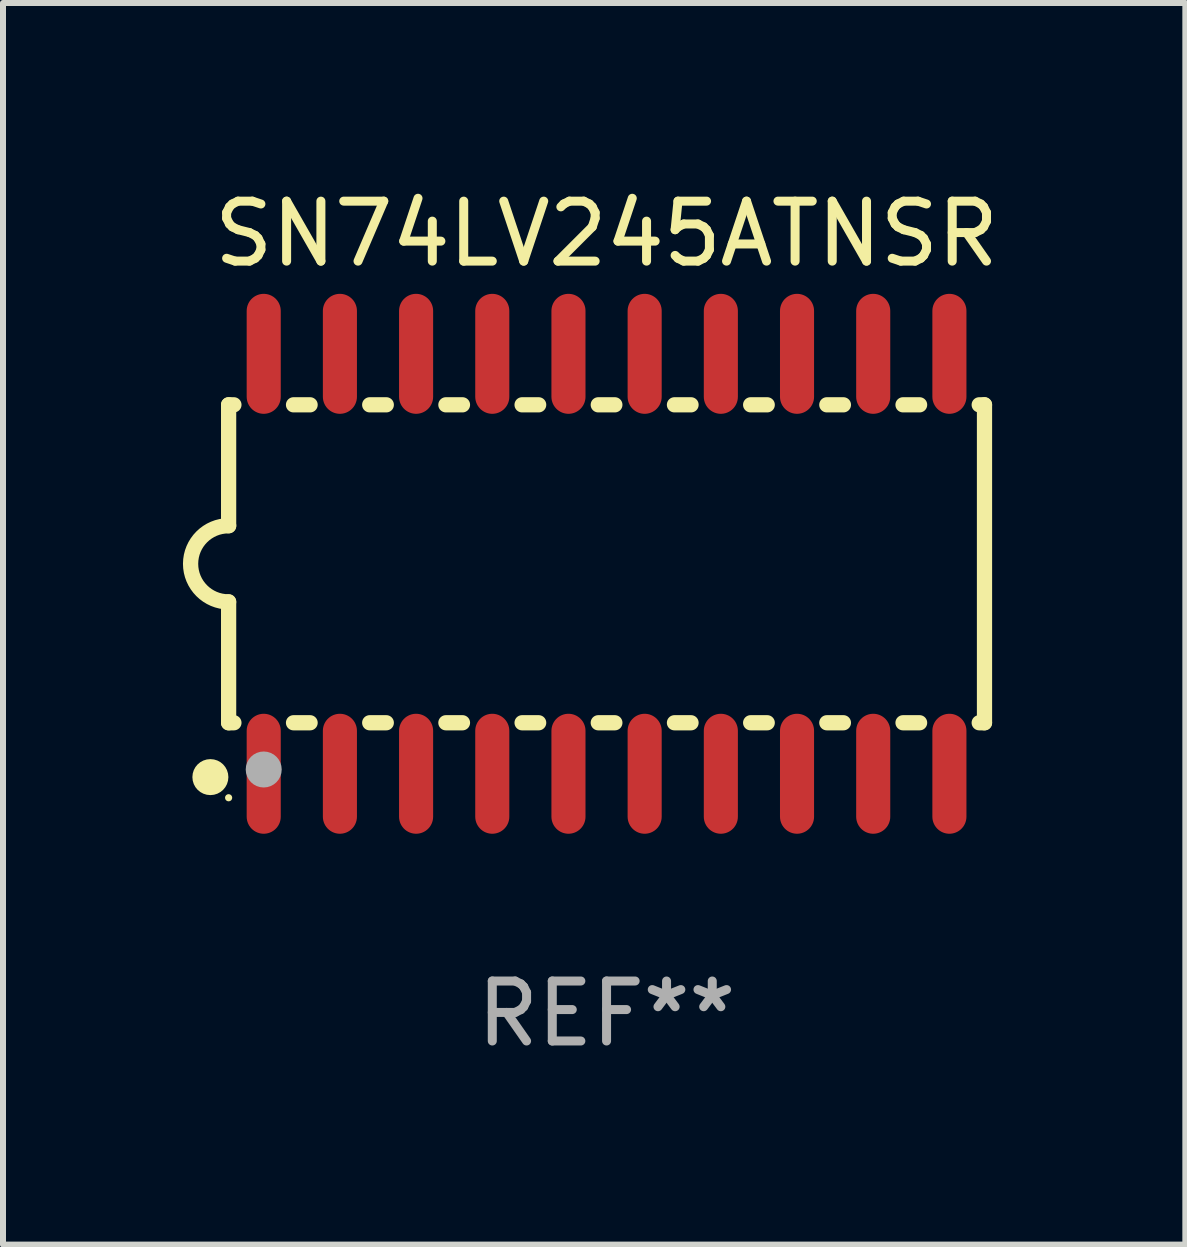
<source format=kicad_pcb>
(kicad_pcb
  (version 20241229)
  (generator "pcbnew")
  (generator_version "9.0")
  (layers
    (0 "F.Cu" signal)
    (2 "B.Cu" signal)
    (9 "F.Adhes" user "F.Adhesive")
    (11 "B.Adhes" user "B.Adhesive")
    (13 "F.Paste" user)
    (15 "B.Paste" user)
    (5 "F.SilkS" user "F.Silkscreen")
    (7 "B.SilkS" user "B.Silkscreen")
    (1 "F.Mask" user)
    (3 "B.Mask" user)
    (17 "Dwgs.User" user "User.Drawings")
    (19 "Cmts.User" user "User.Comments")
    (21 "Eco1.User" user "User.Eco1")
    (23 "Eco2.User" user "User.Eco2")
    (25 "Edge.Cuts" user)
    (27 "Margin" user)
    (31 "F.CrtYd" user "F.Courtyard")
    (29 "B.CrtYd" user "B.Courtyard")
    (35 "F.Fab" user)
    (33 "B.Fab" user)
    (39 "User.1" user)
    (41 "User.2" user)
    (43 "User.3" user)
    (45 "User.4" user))
  (footprint "SN74LV245ATNSR"
    (layer "F.Cu")
    (at 7.061 6.348)
    (property "Reference" "SN74LV245ATNSR" (at 0 -5.5 0) (layer "F.SilkS") (effects (font (size 1 1) (thickness 0.15))))
    (attr through_hole)
    (fp_line (start -6.3 -2.65) (end -6.3 -0.635) (stroke (width 0.254) (type solid)) (layer "F.SilkS"))
    (fp_line (start -6.3 -2.65) (end -6.212 -2.65) (stroke (width 0.254) (type solid)) (layer "F.SilkS"))
    (fp_line (start -6.3 2.65) (end -6.3 0.635) (stroke (width 0.254) (type solid)) (layer "F.SilkS"))
    (fp_line (start -6.3 2.65) (end -6.212 2.65) (stroke (width 0.254) (type solid)) (layer "F.SilkS"))
    (fp_line (start -5.218 -2.65) (end -4.942 -2.65) (stroke (width 0.254) (type solid)) (layer "F.SilkS"))
    (fp_line (start -5.218 2.65) (end -4.942 2.65) (stroke (width 0.254) (type solid)) (layer "F.SilkS"))
    (fp_line (start -3.948 -2.65) (end -3.672 -2.65) (stroke (width 0.254) (type solid)) (layer "F.SilkS"))
    (fp_line (start -3.948 2.65) (end -3.672 2.65) (stroke (width 0.254) (type solid)) (layer "F.SilkS"))
    (fp_line (start -2.678 -2.65) (end -2.402 -2.65) (stroke (width 0.254) (type solid)) (layer "F.SilkS"))
    (fp_line (start -2.678 2.65) (end -2.402 2.65) (stroke (width 0.254) (type solid)) (layer "F.SilkS"))
    (fp_line (start -1.408 -2.65) (end -1.132 -2.65) (stroke (width 0.254) (type solid)) (layer "F.SilkS"))
    (fp_line (start -1.408 2.65) (end -1.132 2.65) (stroke (width 0.254) (type solid)) (layer "F.SilkS"))
    (fp_line (start -0.138 -2.65) (end 0.138 -2.65) (stroke (width 0.254) (type solid)) (layer "F.SilkS"))
    (fp_line (start -0.138 2.65) (end 0.138 2.65) (stroke (width 0.254) (type solid)) (layer "F.SilkS"))
    (fp_line (start 1.132 -2.65) (end 1.408 -2.65) (stroke (width 0.254) (type solid)) (layer "F.SilkS"))
    (fp_line (start 1.132 2.65) (end 1.408 2.65) (stroke (width 0.254) (type solid)) (layer "F.SilkS"))
    (fp_line (start 2.402 -2.65) (end 2.678 -2.65) (stroke (width 0.254) (type solid)) (layer "F.SilkS"))
    (fp_line (start 2.402 2.65) (end 2.678 2.65) (stroke (width 0.254) (type solid)) (layer "F.SilkS"))
    (fp_line (start 3.672 -2.65) (end 3.948 -2.65) (stroke (width 0.254) (type solid)) (layer "F.SilkS"))
    (fp_line (start 3.672 2.65) (end 3.948 2.65) (stroke (width 0.254) (type solid)) (layer "F.SilkS"))
    (fp_line (start 4.942 -2.65) (end 5.218 -2.65) (stroke (width 0.254) (type solid)) (layer "F.SilkS"))
    (fp_line (start 4.942 2.65) (end 5.218 2.65) (stroke (width 0.254) (type solid)) (layer "F.SilkS"))
    (fp_line (start 6.212 -2.65) (end 6.3 -2.65) (stroke (width 0.254) (type solid)) (layer "F.SilkS"))
    (fp_line (start 6.212 2.65) (end 6.3 2.65) (stroke (width 0.254) (type solid)) (layer "F.SilkS"))
    (fp_line (start 6.3 -2.65) (end 6.3 2.65) (stroke (width 0.254) (type solid)) (layer "F.SilkS"))
    (fp_arc (start -6.299975 0.634874) (mid -6.933579 0.000127) (end -6.299213 -0.633858) (stroke (width 0.254001) (type solid)) (layer "F.SilkS"))
    (fp_circle (center -6.604 3.556) (end -6.454 3.556) (stroke (width 0.3) (type solid)) (fill no) (layer "F.SilkS"))
    (fp_circle (center -6.3 3.9) (end -6.27 3.9) (stroke (width 0.06) (type solid)) (fill no) (layer "F.SilkS"))
    (fp_circle (center -5.715 3.429) (end -5.565 3.429) (stroke (width 0.3) (type solid)) (fill no) (layer "F.Fab"))
    (fp_text user "REF**" (at 0 7.5 0) (layer "F.Fab") (effects (font (size 1 1) (thickness 0.15))))
    (pad "1" smd oval (at -5.715 3.5) (size 0.568 2) (layers "F.Cu" "F.Mask" "F.Paste"))
    (pad "2" smd oval (at -4.445 3.5) (size 0.568 2) (layers "F.Cu" "F.Mask" "F.Paste"))
    (pad "3" smd oval (at -3.175 3.5) (size 0.568 2) (layers "F.Cu" "F.Mask" "F.Paste"))
    (pad "4" smd oval (at -1.905 3.5) (size 0.568 2) (layers "F.Cu" "F.Mask" "F.Paste"))
    (pad "5" smd oval (at -0.635 3.5) (size 0.568 2) (layers "F.Cu" "F.Mask" "F.Paste"))
    (pad "6" smd oval (at 0.635 3.5) (size 0.568 2) (layers "F.Cu" "F.Mask" "F.Paste"))
    (pad "7" smd oval (at 1.905 3.5) (size 0.568 2) (layers "F.Cu" "F.Mask" "F.Paste"))
    (pad "8" smd oval (at 3.175 3.5) (size 0.568 2) (layers "F.Cu" "F.Mask" "F.Paste"))
    (pad "9" smd oval (at 4.445 3.5) (size 0.568 2) (layers "F.Cu" "F.Mask" "F.Paste"))
    (pad "10" smd oval (at 5.715 3.5) (size 0.568 2) (layers "F.Cu" "F.Mask" "F.Paste"))
    (pad "11" smd oval (at 5.715 -3.5) (size 0.568 2) (layers "F.Cu" "F.Mask" "F.Paste"))
    (pad "12" smd oval (at 4.445 -3.5) (size 0.568 2) (layers "F.Cu" "F.Mask" "F.Paste"))
    (pad "13" smd oval (at 3.175 -3.5) (size 0.568 2) (layers "F.Cu" "F.Mask" "F.Paste"))
    (pad "14" smd oval (at 1.905 -3.5) (size 0.568 2) (layers "F.Cu" "F.Mask" "F.Paste"))
    (pad "15" smd oval (at 0.635 -3.5) (size 0.568 2) (layers "F.Cu" "F.Mask" "F.Paste"))
    (pad "16" smd oval (at -0.635 -3.5) (size 0.568 2) (layers "F.Cu" "F.Mask" "F.Paste"))
    (pad "17" smd oval (at -1.905 -3.5) (size 0.568 2) (layers "F.Cu" "F.Mask" "F.Paste"))
    (pad "18" smd oval (at -3.175 -3.5) (size 0.568 2) (layers "F.Cu" "F.Mask" "F.Paste"))
    (pad "19" smd oval (at -4.445 -3.5) (size 0.568 2) (layers "F.Cu" "F.Mask" "F.Paste"))
    (pad "20" smd oval (at -5.715 -3.5) (size 0.568 2) (layers "F.Cu" "F.Mask" "F.Paste")))
  (gr_rect
    (start -3 -3)
    (end 16.709 17.697)
    (stroke (width 0.1) (type default))
    (fill no)
    (layer "Edge.Cuts")))
</source>
